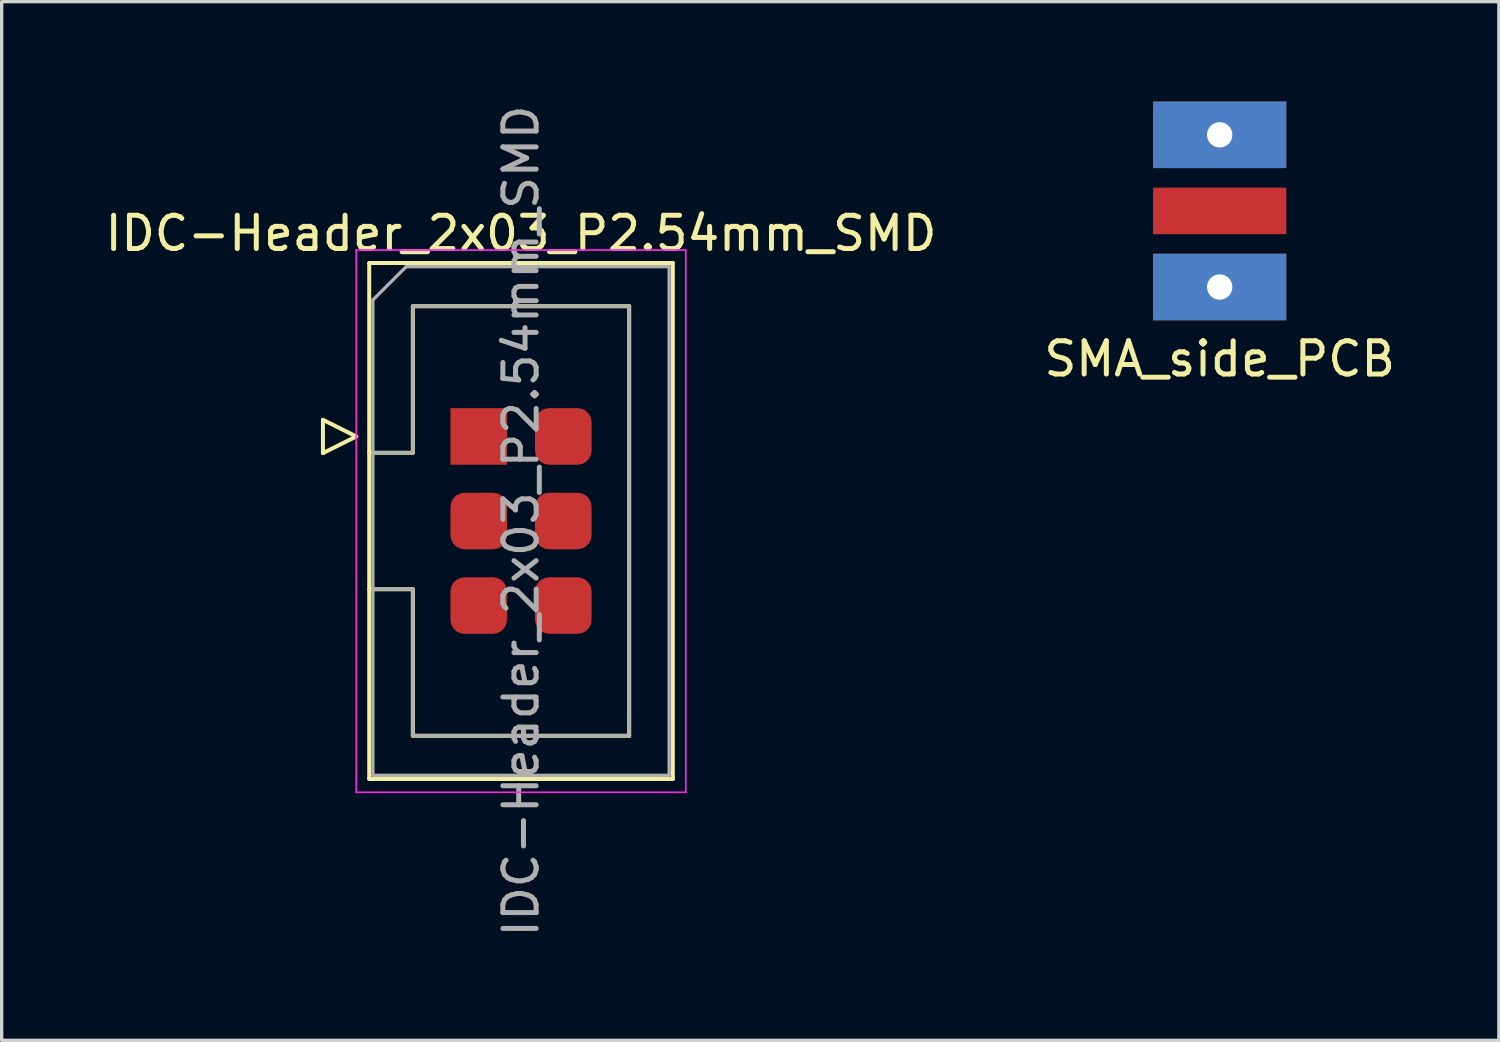
<source format=kicad_pcb>
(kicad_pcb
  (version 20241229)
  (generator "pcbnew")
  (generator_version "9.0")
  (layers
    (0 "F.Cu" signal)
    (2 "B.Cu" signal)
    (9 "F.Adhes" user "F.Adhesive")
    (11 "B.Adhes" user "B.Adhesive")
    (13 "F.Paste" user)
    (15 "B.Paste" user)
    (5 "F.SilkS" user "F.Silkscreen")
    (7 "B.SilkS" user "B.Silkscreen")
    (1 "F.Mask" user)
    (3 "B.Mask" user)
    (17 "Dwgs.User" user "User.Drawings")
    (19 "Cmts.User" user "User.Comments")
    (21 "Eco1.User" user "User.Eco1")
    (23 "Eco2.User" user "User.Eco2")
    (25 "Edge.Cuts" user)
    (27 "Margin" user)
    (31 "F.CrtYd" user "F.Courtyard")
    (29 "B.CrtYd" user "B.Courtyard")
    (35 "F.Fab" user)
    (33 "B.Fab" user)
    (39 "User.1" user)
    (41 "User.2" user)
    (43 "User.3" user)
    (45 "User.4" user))
  (footprint "SMA_side_PCB"
    (layer "F.Cu")
    (at 33.589 3.286)
    (property "Reference" "SMA_side_PCB" (at 0 4.445 0) (layer "F.SilkS") (effects (font (size 1 1) (thickness 0.15))))
    (attr through_hole)
    (pad "1" smd rect (at 0 0) (size 4 1.4) (layers "F.Cu" "F.Mask" "F.Paste"))
    (pad "2" thru_hole rect (at 0 -2.286) (size 4 2) (drill 0.762) (layers "*.Cu" "*.Mask"))
    (pad "2" thru_hole rect (at 0 2.286) (size 4 2) (drill 0.762) (layers "*.Cu" "*.Mask")))
  (footprint "IDC-Header_2x03_P2.54mm_SMD"
    (layer "F.Cu")
    (at 11.331 10.061)
    (property "Reference" "IDC-Header_2x03_P2.54mm_SMD" (at 1.27 -6.1 0) (layer "F.SilkS") (effects (font (size 1 1) (thickness 0.15))))
    (attr through_hole)
    (fp_line (start -4.68 -0.5) (end -4.68 0.5) (stroke (width 0.12) (type solid)) (layer "F.SilkS"))
    (fp_line (start -4.68 0.5) (end -3.68 0) (stroke (width 0.12) (type solid)) (layer "F.SilkS"))
    (fp_line (start -3.68 0) (end -4.68 -0.5) (stroke (width 0.12) (type solid)) (layer "F.SilkS"))
    (fp_line (start -3.29 -5.21) (end 5.83 -5.21) (stroke (width 0.12) (type solid)) (layer "F.SilkS"))
    (fp_line (start -3.29 0.49) (end -1.98 0.49) (stroke (width 0.12) (type solid)) (layer "F.SilkS"))
    (fp_line (start -3.29 10.29) (end -3.29 -5.21) (stroke (width 0.12) (type solid)) (layer "F.SilkS"))
    (fp_line (start -1.98 -3.91) (end 4.52 -3.91) (stroke (width 0.12) (type solid)) (layer "F.SilkS"))
    (fp_line (start -1.98 0.49) (end -1.98 -3.91) (stroke (width 0.12) (type solid)) (layer "F.SilkS"))
    (fp_line (start -1.98 4.59) (end -3.29 4.59) (stroke (width 0.12) (type solid)) (layer "F.SilkS"))
    (fp_line (start -1.98 4.59) (end -1.98 4.59) (stroke (width 0.12) (type solid)) (layer "F.SilkS"))
    (fp_line (start -1.98 8.99) (end -1.98 4.59) (stroke (width 0.12) (type solid)) (layer "F.SilkS"))
    (fp_line (start 4.52 -3.91) (end 4.52 8.99) (stroke (width 0.12) (type solid)) (layer "F.SilkS"))
    (fp_line (start 4.52 8.99) (end -1.98 8.99) (stroke (width 0.12) (type solid)) (layer "F.SilkS"))
    (fp_line (start 5.83 -5.21) (end 5.83 10.29) (stroke (width 0.12) (type solid)) (layer "F.SilkS"))
    (fp_line (start 5.83 10.29) (end -3.29 10.29) (stroke (width 0.12) (type solid)) (layer "F.SilkS"))
    (fp_line (start -3.68 -5.6) (end -3.68 10.69) (stroke (width 0.05) (type solid)) (layer "F.CrtYd"))
    (fp_line (start -3.68 10.69) (end 6.22 10.69) (stroke (width 0.05) (type solid)) (layer "F.CrtYd"))
    (fp_line (start 6.22 -5.6) (end -3.68 -5.6) (stroke (width 0.05) (type solid)) (layer "F.CrtYd"))
    (fp_line (start 6.22 10.69) (end 6.22 -5.6) (stroke (width 0.05) (type solid)) (layer "F.CrtYd"))
    (fp_line (start -3.18 -4.1) (end -2.18 -5.1) (stroke (width 0.1) (type solid)) (layer "F.Fab"))
    (fp_line (start -3.18 0.49) (end -1.98 0.49) (stroke (width 0.1) (type solid)) (layer "F.Fab"))
    (fp_line (start -3.18 10.18) (end -3.18 -4.1) (stroke (width 0.1) (type solid)) (layer "F.Fab"))
    (fp_line (start -2.18 -5.1) (end 5.72 -5.1) (stroke (width 0.1) (type solid)) (layer "F.Fab"))
    (fp_line (start -1.98 -3.91) (end 4.52 -3.91) (stroke (width 0.1) (type solid)) (layer "F.Fab"))
    (fp_line (start -1.98 0.49) (end -1.98 -3.91) (stroke (width 0.1) (type solid)) (layer "F.Fab"))
    (fp_line (start -1.98 4.59) (end -3.18 4.59) (stroke (width 0.1) (type solid)) (layer "F.Fab"))
    (fp_line (start -1.98 4.59) (end -1.98 4.59) (stroke (width 0.1) (type solid)) (layer "F.Fab"))
    (fp_line (start -1.98 8.99) (end -1.98 4.59) (stroke (width 0.1) (type solid)) (layer "F.Fab"))
    (fp_line (start 4.52 -3.91) (end 4.52 8.99) (stroke (width 0.1) (type solid)) (layer "F.Fab"))
    (fp_line (start 4.52 8.99) (end -1.98 8.99) (stroke (width 0.1) (type solid)) (layer "F.Fab"))
    (fp_line (start 5.72 -5.1) (end 5.72 10.18) (stroke (width 0.1) (type solid)) (layer "F.Fab"))
    (fp_line (start 5.72 10.18) (end -3.18 10.18) (stroke (width 0.1) (type solid)) (layer "F.Fab"))
    (fp_text user "${REFERENCE}" (at 1.27 2.54 90) (layer "F.Fab") (effects (font (size 1 1) (thickness 0.15))))
    (pad "1" smd rect (at 0 0) (size 1.7 1.7) (layers "F.Cu" "F.Mask" "F.Paste"))
    (pad "2" smd roundrect (at 2.54 0) (size 1.7 1.7) (layers "F.Cu" "F.Mask" "F.Paste") (roundrect_rratio 0.25))
    (pad "3" smd roundrect (at 0 2.54) (size 1.7 1.7) (layers "F.Cu" "F.Mask" "F.Paste") (roundrect_rratio 0.25))
    (pad "4" smd roundrect (at 2.54 2.54) (size 1.7 1.7) (layers "F.Cu" "F.Mask" "F.Paste") (roundrect_rratio 0.25))
    (pad "5" smd roundrect (at 0 5.08) (size 1.7 1.7) (layers "F.Cu" "F.Mask" "F.Paste") (roundrect_rratio 0.25))
    (pad "6" smd roundrect (at 2.54 5.08) (size 1.7 1.7) (layers "F.Cu" "F.Mask" "F.Paste") (roundrect_rratio 0.25)))
  (gr_rect
    (start -3 -3)
    (end 41.976 28.202)
    (stroke (width 0.1) (type default))
    (fill no)
    (layer "Edge.Cuts")))
</source>
